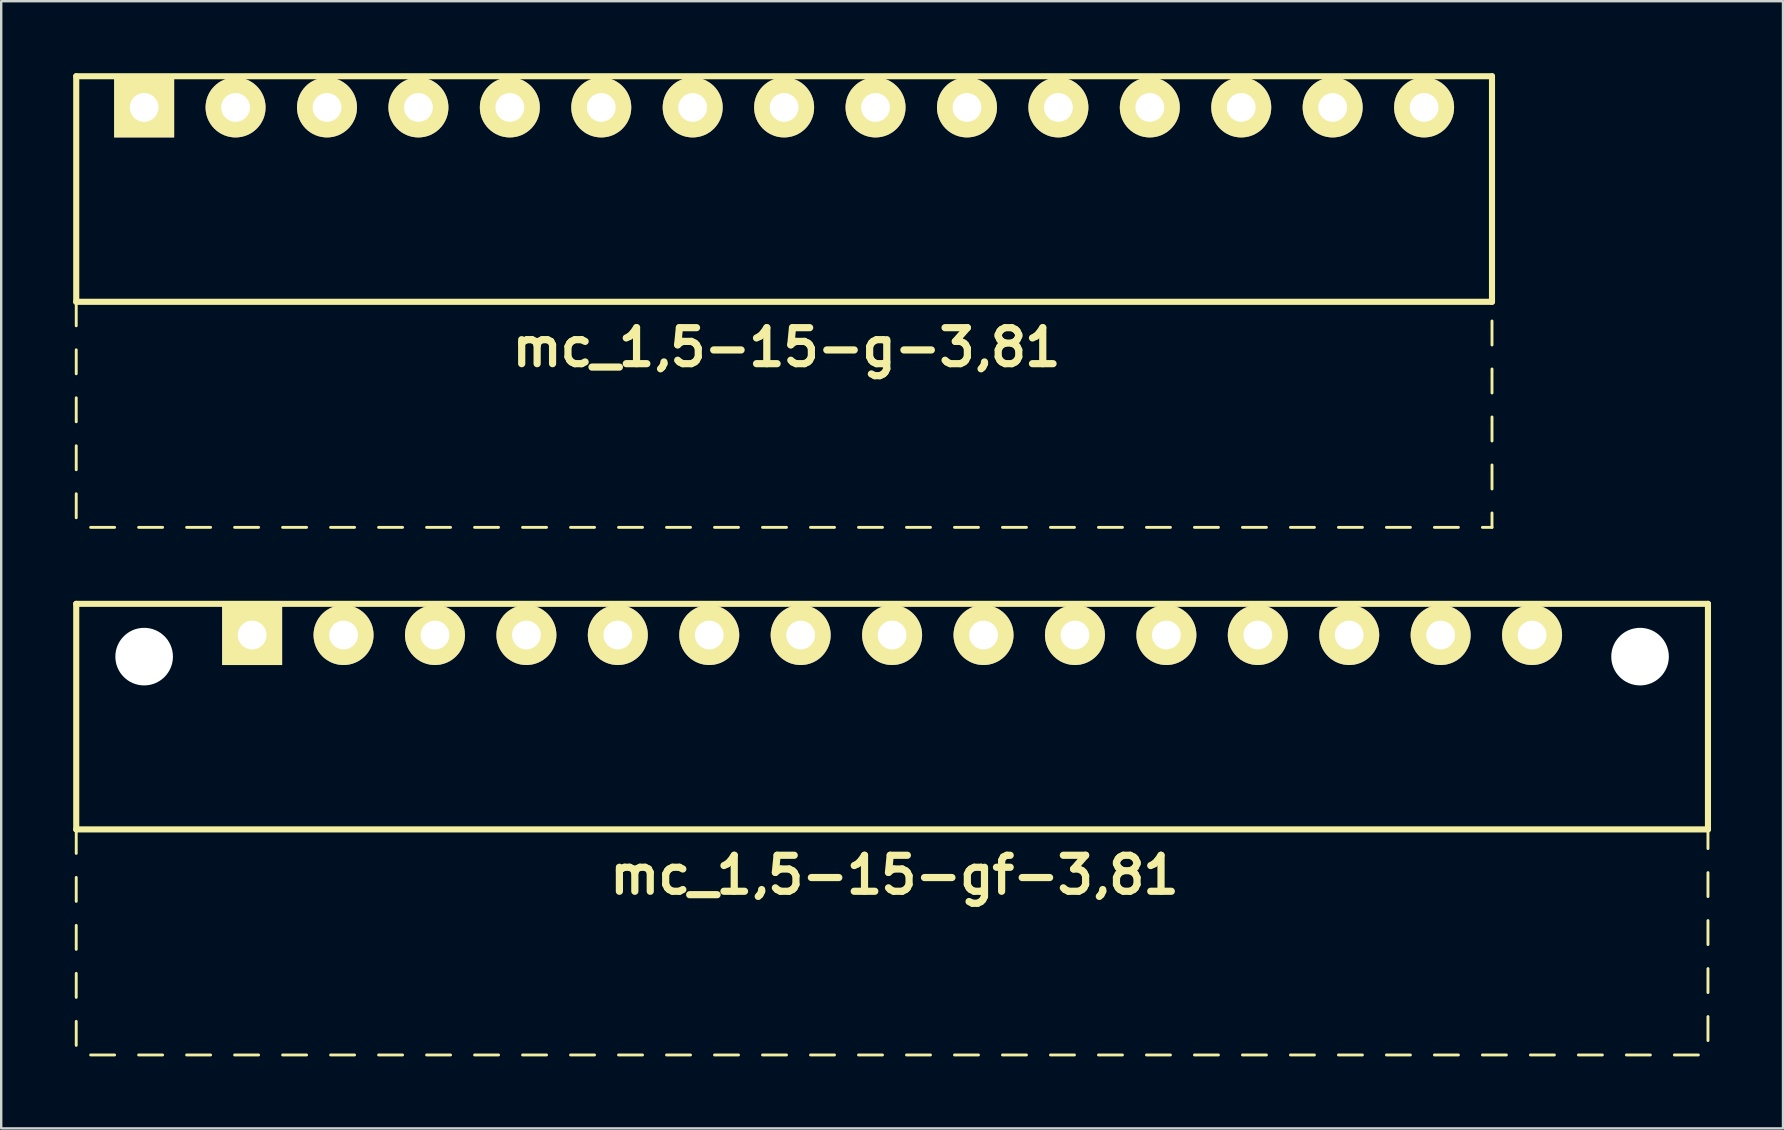
<source format=kicad_pcb>
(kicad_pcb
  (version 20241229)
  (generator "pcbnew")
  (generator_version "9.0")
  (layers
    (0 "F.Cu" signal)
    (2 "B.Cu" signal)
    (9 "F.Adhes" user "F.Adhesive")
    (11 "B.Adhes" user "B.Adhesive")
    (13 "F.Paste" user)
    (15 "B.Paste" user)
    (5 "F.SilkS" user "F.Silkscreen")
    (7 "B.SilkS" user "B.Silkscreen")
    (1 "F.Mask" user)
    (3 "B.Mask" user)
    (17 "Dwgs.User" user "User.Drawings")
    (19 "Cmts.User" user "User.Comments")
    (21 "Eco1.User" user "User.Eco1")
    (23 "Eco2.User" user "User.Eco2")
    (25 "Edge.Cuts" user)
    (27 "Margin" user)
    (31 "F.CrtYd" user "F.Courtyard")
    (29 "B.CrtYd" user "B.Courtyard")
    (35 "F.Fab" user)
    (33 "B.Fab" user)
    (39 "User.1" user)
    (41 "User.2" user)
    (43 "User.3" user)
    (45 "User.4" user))
  (footprint "mc_1,5-15-g-3,81"
    (layer "F.Cu")
    (at 29.627 1.427)
    (property "Reference" "mc_1,5-15-g-3,81" (at 0.1 10 0) (layer "F.SilkS") (effects (font (size 1.5 1.5) (thickness 0.3))))
    (attr through_hole)
    (fp_line (start -29.5 -1.3) (end -29.5 8.1) (stroke (width 0.254) (type solid)) (layer "F.SilkS"))
    (fp_line (start -29.5 -1.3) (end 29.5 -1.3) (stroke (width 0.254) (type solid)) (layer "F.SilkS"))
    (fp_line (start -29.5 8.1) (end -29.5 9.1) (stroke (width 0.12) (type solid)) (layer "F.SilkS"))
    (fp_line (start -29.5 8.1) (end 29.5 8.1) (stroke (width 0.254) (type solid)) (layer "F.SilkS"))
    (fp_line (start -29.5 10.1) (end -29.5 11.1) (stroke (width 0.12) (type solid)) (layer "F.SilkS"))
    (fp_line (start -29.5 12.1) (end -29.5 13.1) (stroke (width 0.12) (type solid)) (layer "F.SilkS"))
    (fp_line (start -29.5 14.1) (end -29.5 15.1) (stroke (width 0.12) (type solid)) (layer "F.SilkS"))
    (fp_line (start -29.5 16.1) (end -29.5 17.1) (stroke (width 0.12) (type solid)) (layer "F.SilkS"))
    (fp_line (start -28.9 17.5) (end -27.9 17.5) (stroke (width 0.12) (type solid)) (layer "F.SilkS"))
    (fp_line (start -26.9 17.5) (end -25.9 17.5) (stroke (width 0.12) (type solid)) (layer "F.SilkS"))
    (fp_line (start -24.9 17.5) (end -23.9 17.5) (stroke (width 0.12) (type solid)) (layer "F.SilkS"))
    (fp_line (start -22.9 17.5) (end -21.9 17.5) (stroke (width 0.12) (type solid)) (layer "F.SilkS"))
    (fp_line (start -20.9 17.5) (end -19.9 17.5) (stroke (width 0.12) (type solid)) (layer "F.SilkS"))
    (fp_line (start -18.9 17.5) (end -17.9 17.5) (stroke (width 0.12) (type solid)) (layer "F.SilkS"))
    (fp_line (start -16.9 17.5) (end -15.9 17.5) (stroke (width 0.12) (type solid)) (layer "F.SilkS"))
    (fp_line (start -14.9 17.5) (end -13.9 17.5) (stroke (width 0.12) (type solid)) (layer "F.SilkS"))
    (fp_line (start -12.9 17.5) (end -11.9 17.5) (stroke (width 0.12) (type solid)) (layer "F.SilkS"))
    (fp_line (start -10.9 17.5) (end -9.9 17.5) (stroke (width 0.12) (type solid)) (layer "F.SilkS"))
    (fp_line (start -8.9 17.5) (end -7.9 17.5) (stroke (width 0.12) (type solid)) (layer "F.SilkS"))
    (fp_line (start -6.9 17.5) (end -5.9 17.5) (stroke (width 0.12) (type solid)) (layer "F.SilkS"))
    (fp_line (start -4.9 17.5) (end -3.9 17.5) (stroke (width 0.12) (type solid)) (layer "F.SilkS"))
    (fp_line (start -2.9 17.5) (end -1.9 17.5) (stroke (width 0.12) (type solid)) (layer "F.SilkS"))
    (fp_line (start -0.9 17.5) (end 0.1 17.5) (stroke (width 0.12) (type solid)) (layer "F.SilkS"))
    (fp_line (start 1.1 17.5) (end 2.1 17.5) (stroke (width 0.12) (type solid)) (layer "F.SilkS"))
    (fp_line (start 3.1 17.5) (end 4.1 17.5) (stroke (width 0.12) (type solid)) (layer "F.SilkS"))
    (fp_line (start 5.1 17.5) (end 6.1 17.5) (stroke (width 0.12) (type solid)) (layer "F.SilkS"))
    (fp_line (start 7.1 17.5) (end 8.1 17.5) (stroke (width 0.12) (type solid)) (layer "F.SilkS"))
    (fp_line (start 9.1 17.5) (end 10.1 17.5) (stroke (width 0.12) (type solid)) (layer "F.SilkS"))
    (fp_line (start 11.1 17.5) (end 12.1 17.5) (stroke (width 0.12) (type solid)) (layer "F.SilkS"))
    (fp_line (start 13.1 17.5) (end 14.1 17.5) (stroke (width 0.12) (type solid)) (layer "F.SilkS"))
    (fp_line (start 15.1 17.5) (end 16.1 17.5) (stroke (width 0.12) (type solid)) (layer "F.SilkS"))
    (fp_line (start 17.1 17.5) (end 18.1 17.5) (stroke (width 0.12) (type solid)) (layer "F.SilkS"))
    (fp_line (start 19.1 17.5) (end 20.1 17.5) (stroke (width 0.12) (type solid)) (layer "F.SilkS"))
    (fp_line (start 21.1 17.5) (end 22.1 17.5) (stroke (width 0.12) (type solid)) (layer "F.SilkS"))
    (fp_line (start 23.1 17.5) (end 24.1 17.5) (stroke (width 0.12) (type solid)) (layer "F.SilkS"))
    (fp_line (start 25.1 17.5) (end 26.1 17.5) (stroke (width 0.12) (type solid)) (layer "F.SilkS"))
    (fp_line (start 27.1 17.5) (end 28.1 17.5) (stroke (width 0.12) (type solid)) (layer "F.SilkS"))
    (fp_line (start 29.1 17.5) (end 29.5 17.5) (stroke (width 0.12) (type solid)) (layer "F.SilkS"))
    (fp_line (start 29.5 -1.3) (end 29.5 8.1) (stroke (width 0.254) (type solid)) (layer "F.SilkS"))
    (fp_line (start 29.5 8.9) (end 29.5 9.9) (stroke (width 0.12) (type solid)) (layer "F.SilkS"))
    (fp_line (start 29.5 10.9) (end 29.5 11.9) (stroke (width 0.12) (type solid)) (layer "F.SilkS"))
    (fp_line (start 29.5 12.9) (end 29.5 13.9) (stroke (width 0.12) (type solid)) (layer "F.SilkS"))
    (fp_line (start 29.5 14.9) (end 29.5 15.9) (stroke (width 0.12) (type solid)) (layer "F.SilkS"))
    (fp_line (start 29.5 17.5) (end 29.5 16.9) (stroke (width 0.12) (type solid)) (layer "F.SilkS"))
    (pad "1" thru_hole rect (at -26.67 0) (size 2.5 2.5) (drill 1.2) (layers "*.Cu" "*.Mask" "F.SilkS"))
    (pad "2" thru_hole circle (at -22.86 0) (size 2.5 2.5) (drill 1.2) (layers "*.Cu" "*.Mask" "F.SilkS"))
    (pad "3" thru_hole circle (at -19.05 0) (size 2.5 2.5) (drill 1.2) (layers "*.Cu" "*.Mask" "F.SilkS"))
    (pad "4" thru_hole circle (at -15.24 0) (size 2.5 2.5) (drill 1.2) (layers "*.Cu" "*.Mask" "F.SilkS"))
    (pad "5" thru_hole circle (at -11.43 0) (size 2.5 2.5) (drill 1.2) (layers "*.Cu" "*.Mask" "F.SilkS"))
    (pad "6" thru_hole circle (at -7.62 0) (size 2.5 2.5) (drill 1.2) (layers "*.Cu" "*.Mask" "F.SilkS"))
    (pad "7" thru_hole circle (at -3.81 0) (size 2.5 2.5) (drill 1.2) (layers "*.Cu" "*.Mask" "F.SilkS"))
    (pad "8" thru_hole circle (at 0 0) (size 2.5 2.5) (drill 1.2) (layers "*.Cu" "*.Mask" "F.SilkS"))
    (pad "9" thru_hole circle (at 3.81 0) (size 2.5 2.5) (drill 1.2) (layers "*.Cu" "*.Mask" "F.SilkS"))
    (pad "10" thru_hole circle (at 7.62 0) (size 2.5 2.5) (drill 1.2) (layers "*.Cu" "*.Mask" "F.SilkS"))
    (pad "11" thru_hole circle (at 11.43 0) (size 2.5 2.5) (drill 1.2) (layers "*.Cu" "*.Mask" "F.SilkS"))
    (pad "12" thru_hole circle (at 15.24 0) (size 2.5 2.5) (drill 1.2) (layers "*.Cu" "*.Mask" "F.SilkS"))
    (pad "13" thru_hole circle (at 19.05 0) (size 2.5 2.5) (drill 1.2) (layers "*.Cu" "*.Mask" "F.SilkS"))
    (pad "14" thru_hole circle (at 22.86 0) (size 2.5 2.5) (drill 1.2) (layers "*.Cu" "*.Mask" "F.SilkS"))
    (pad "15" thru_hole circle (at 26.67 0) (size 2.5 2.5) (drill 1.2) (layers "*.Cu" "*.Mask" "F.SilkS")))
  (footprint "mc_1,5-15-gf-3,81"
    (layer "F.Cu")
    (at 34.127 23.414)
    (property "Reference" "mc_1,5-15-gf-3,81" (at 0.1 10 0) (layer "F.SilkS") (effects (font (size 1.5 1.5) (thickness 0.3))))
    (attr through_hole)
    (fp_line (start -34 -1.3) (end -34 8.1) (stroke (width 0.254) (type solid)) (layer "F.SilkS"))
    (fp_line (start -34 -1.3) (end 34 -1.3) (stroke (width 0.254) (type solid)) (layer "F.SilkS"))
    (fp_line (start -34 8.1) (end -34 9.1) (stroke (width 0.12) (type solid)) (layer "F.SilkS"))
    (fp_line (start -34 8.1) (end 34 8.1) (stroke (width 0.254) (type solid)) (layer "F.SilkS"))
    (fp_line (start -34 10.1) (end -34 11.1) (stroke (width 0.12) (type solid)) (layer "F.SilkS"))
    (fp_line (start -34 12.1) (end -34 13.1) (stroke (width 0.12) (type solid)) (layer "F.SilkS"))
    (fp_line (start -34 14.1) (end -34 15.1) (stroke (width 0.12) (type solid)) (layer "F.SilkS"))
    (fp_line (start -34 16.1) (end -34 17.1) (stroke (width 0.12) (type solid)) (layer "F.SilkS"))
    (fp_line (start -33.4 17.5) (end -32.4 17.5) (stroke (width 0.12) (type solid)) (layer "F.SilkS"))
    (fp_line (start -31.4 17.5) (end -30.4 17.5) (stroke (width 0.12) (type solid)) (layer "F.SilkS"))
    (fp_line (start -29.4 17.5) (end -28.4 17.5) (stroke (width 0.12) (type solid)) (layer "F.SilkS"))
    (fp_line (start -27.4 17.5) (end -26.4 17.5) (stroke (width 0.12) (type solid)) (layer "F.SilkS"))
    (fp_line (start -25.4 17.5) (end -24.4 17.5) (stroke (width 0.12) (type solid)) (layer "F.SilkS"))
    (fp_line (start -23.4 17.5) (end -22.4 17.5) (stroke (width 0.12) (type solid)) (layer "F.SilkS"))
    (fp_line (start -21.4 17.5) (end -20.4 17.5) (stroke (width 0.12) (type solid)) (layer "F.SilkS"))
    (fp_line (start -19.4 17.5) (end -18.4 17.5) (stroke (width 0.12) (type solid)) (layer "F.SilkS"))
    (fp_line (start -17.4 17.5) (end -16.4 17.5) (stroke (width 0.12) (type solid)) (layer "F.SilkS"))
    (fp_line (start -15.4 17.5) (end -14.4 17.5) (stroke (width 0.12) (type solid)) (layer "F.SilkS"))
    (fp_line (start -13.4 17.5) (end -12.4 17.5) (stroke (width 0.12) (type solid)) (layer "F.SilkS"))
    (fp_line (start -11.4 17.5) (end -10.4 17.5) (stroke (width 0.12) (type solid)) (layer "F.SilkS"))
    (fp_line (start -9.4 17.5) (end -8.4 17.5) (stroke (width 0.12) (type solid)) (layer "F.SilkS"))
    (fp_line (start -7.4 17.5) (end -6.4 17.5) (stroke (width 0.12) (type solid)) (layer "F.SilkS"))
    (fp_line (start -5.4 17.5) (end -4.4 17.5) (stroke (width 0.12) (type solid)) (layer "F.SilkS"))
    (fp_line (start -3.4 17.5) (end -2.4 17.5) (stroke (width 0.12) (type solid)) (layer "F.SilkS"))
    (fp_line (start -1.4 17.5) (end -0.4 17.5) (stroke (width 0.12) (type solid)) (layer "F.SilkS"))
    (fp_line (start 0.6 17.5) (end 1.6 17.5) (stroke (width 0.12) (type solid)) (layer "F.SilkS"))
    (fp_line (start 2.6 17.5) (end 3.6 17.5) (stroke (width 0.12) (type solid)) (layer "F.SilkS"))
    (fp_line (start 4.6 17.5) (end 5.6 17.5) (stroke (width 0.12) (type solid)) (layer "F.SilkS"))
    (fp_line (start 6.6 17.5) (end 7.6 17.5) (stroke (width 0.12) (type solid)) (layer "F.SilkS"))
    (fp_line (start 8.6 17.5) (end 9.6 17.5) (stroke (width 0.12) (type solid)) (layer "F.SilkS"))
    (fp_line (start 10.6 17.5) (end 11.6 17.5) (stroke (width 0.12) (type solid)) (layer "F.SilkS"))
    (fp_line (start 12.6 17.5) (end 13.6 17.5) (stroke (width 0.12) (type solid)) (layer "F.SilkS"))
    (fp_line (start 14.6 17.5) (end 15.6 17.5) (stroke (width 0.12) (type solid)) (layer "F.SilkS"))
    (fp_line (start 16.6 17.5) (end 17.6 17.5) (stroke (width 0.12) (type solid)) (layer "F.SilkS"))
    (fp_line (start 18.6 17.5) (end 19.6 17.5) (stroke (width 0.12) (type solid)) (layer "F.SilkS"))
    (fp_line (start 20.6 17.5) (end 21.6 17.5) (stroke (width 0.12) (type solid)) (layer "F.SilkS"))
    (fp_line (start 22.6 17.5) (end 23.6 17.5) (stroke (width 0.12) (type solid)) (layer "F.SilkS"))
    (fp_line (start 24.6 17.5) (end 25.6 17.5) (stroke (width 0.12) (type solid)) (layer "F.SilkS"))
    (fp_line (start 26.6 17.5) (end 27.6 17.5) (stroke (width 0.12) (type solid)) (layer "F.SilkS"))
    (fp_line (start 28.6 17.5) (end 29.6 17.5) (stroke (width 0.12) (type solid)) (layer "F.SilkS"))
    (fp_line (start 30.6 17.5) (end 31.6 17.5) (stroke (width 0.12) (type solid)) (layer "F.SilkS"))
    (fp_line (start 32.6 17.5) (end 33.6 17.5) (stroke (width 0.12) (type solid)) (layer "F.SilkS"))
    (fp_line (start 34 -1.3) (end 34 8.1) (stroke (width 0.254) (type solid)) (layer "F.SilkS"))
    (fp_line (start 34 8.1) (end 34 8.9) (stroke (width 0.12) (type solid)) (layer "F.SilkS"))
    (fp_line (start 34 9.9) (end 34 10.9) (stroke (width 0.12) (type solid)) (layer "F.SilkS"))
    (fp_line (start 34 11.9) (end 34 12.9) (stroke (width 0.12) (type solid)) (layer "F.SilkS"))
    (fp_line (start 34 13.9) (end 34 14.9) (stroke (width 0.12) (type solid)) (layer "F.SilkS"))
    (fp_line (start 34 15.9) (end 34 16.9) (stroke (width 0.12) (type solid)) (layer "F.SilkS"))
    (pad "" np_thru_hole circle (at -31.17 0.9) (size 2.4 2.4) (drill 2.4) (layers "*.Cu" "*.Mask"))
    (pad "" np_thru_hole circle (at 31.17 0.9) (size 2.4 2.4) (drill 2.4) (layers "*.Cu" "*.Mask"))
    (pad "1" thru_hole rect (at -26.67 0) (size 2.5 2.5) (drill 1.2) (layers "*.Cu" "*.Mask" "F.SilkS"))
    (pad "2" thru_hole circle (at -22.86 0) (size 2.5 2.5) (drill 1.2) (layers "*.Cu" "*.Mask" "F.SilkS"))
    (pad "3" thru_hole circle (at -19.05 0) (size 2.5 2.5) (drill 1.2) (layers "*.Cu" "*.Mask" "F.SilkS"))
    (pad "4" thru_hole circle (at -15.24 0) (size 2.5 2.5) (drill 1.2) (layers "*.Cu" "*.Mask" "F.SilkS"))
    (pad "5" thru_hole circle (at -11.43 0) (size 2.5 2.5) (drill 1.2) (layers "*.Cu" "*.Mask" "F.SilkS"))
    (pad "6" thru_hole circle (at -7.62 0) (size 2.5 2.5) (drill 1.2) (layers "*.Cu" "*.Mask" "F.SilkS"))
    (pad "7" thru_hole circle (at -3.81 0) (size 2.5 2.5) (drill 1.2) (layers "*.Cu" "*.Mask" "F.SilkS"))
    (pad "8" thru_hole circle (at 0 0) (size 2.5 2.5) (drill 1.2) (layers "*.Cu" "*.Mask" "F.SilkS"))
    (pad "9" thru_hole circle (at 3.81 0) (size 2.5 2.5) (drill 1.2) (layers "*.Cu" "*.Mask" "F.SilkS"))
    (pad "10" thru_hole circle (at 7.62 0) (size 2.5 2.5) (drill 1.2) (layers "*.Cu" "*.Mask" "F.SilkS"))
    (pad "11" thru_hole circle (at 11.43 0) (size 2.5 2.5) (drill 1.2) (layers "*.Cu" "*.Mask" "F.SilkS"))
    (pad "12" thru_hole circle (at 15.24 0) (size 2.5 2.5) (drill 1.2) (layers "*.Cu" "*.Mask" "F.SilkS"))
    (pad "13" thru_hole circle (at 19.05 0) (size 2.5 2.5) (drill 1.2) (layers "*.Cu" "*.Mask" "F.SilkS"))
    (pad "14" thru_hole circle (at 22.86 0) (size 2.5 2.5) (drill 1.2) (layers "*.Cu" "*.Mask" "F.SilkS"))
    (pad "15" thru_hole circle (at 26.67 0) (size 2.5 2.5) (drill 1.2) (layers "*.Cu" "*.Mask" "F.SilkS")))
  (gr_rect
    (start -3 -3)
    (end 71.254 43.974)
    (stroke (width 0.1) (type default))
    (fill no)
    (layer "Edge.Cuts")))
</source>
